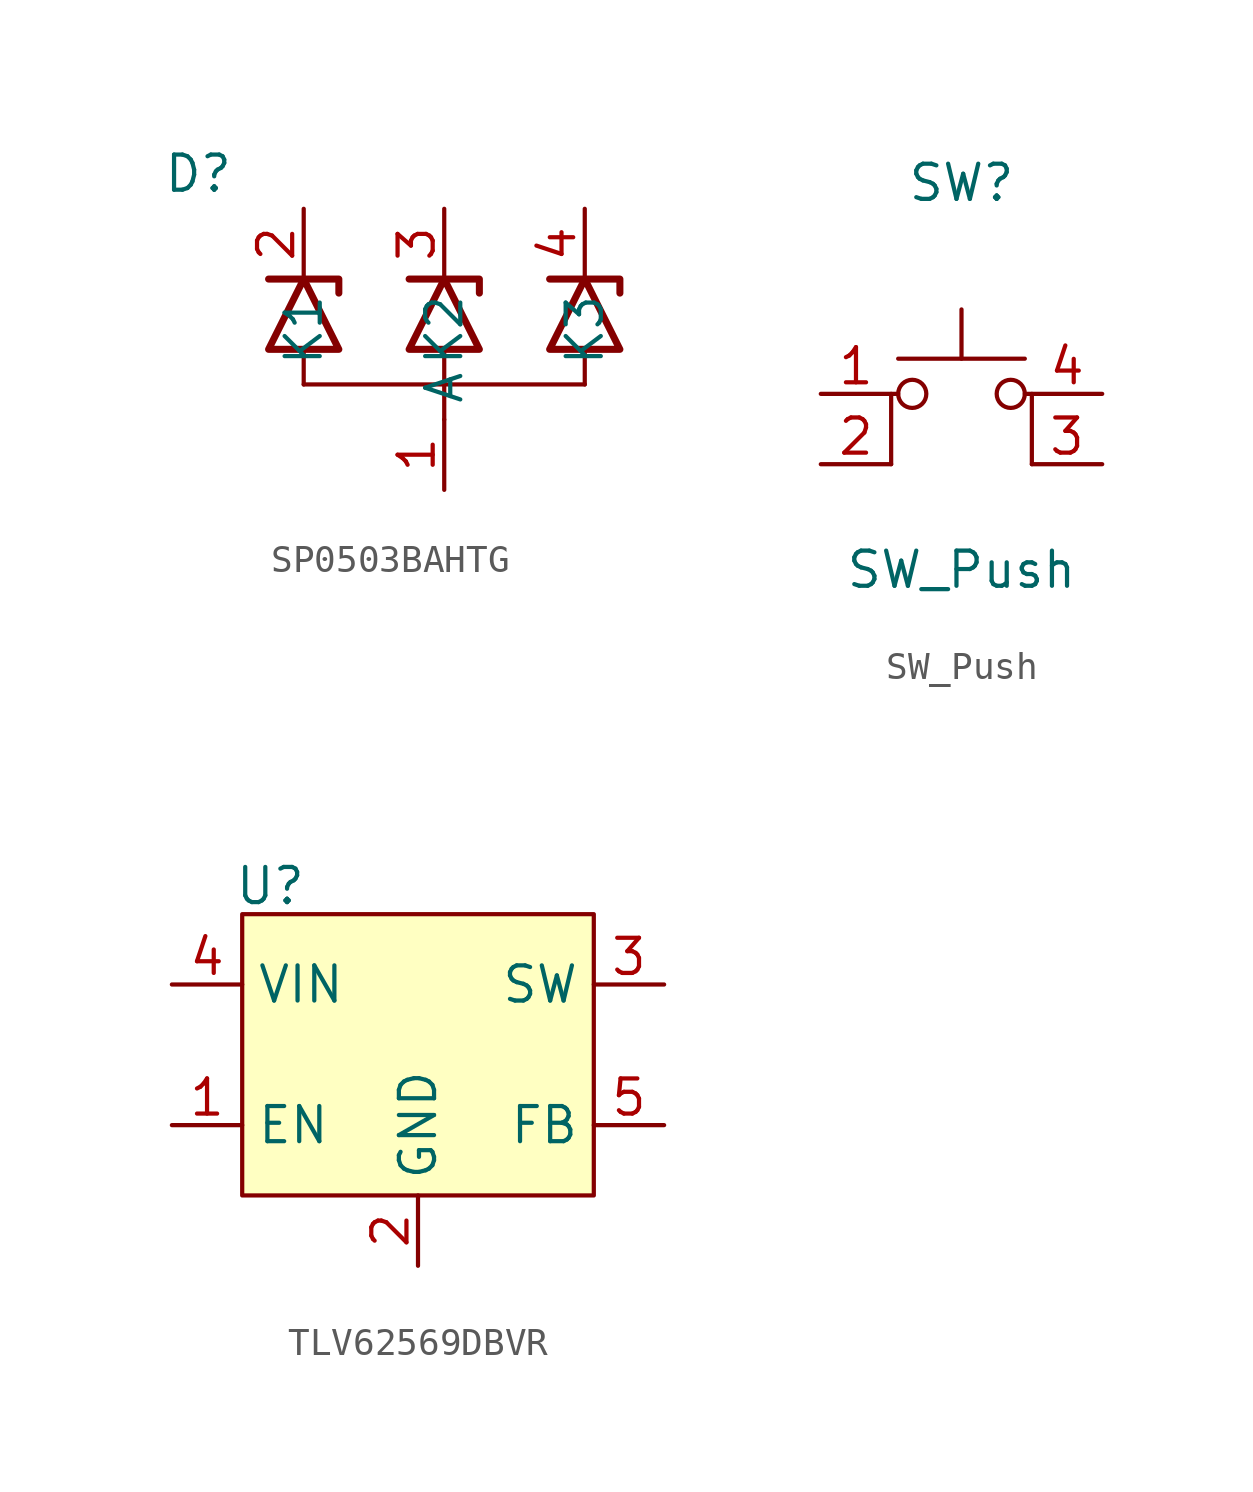
<source format=kicad_sym>
(kicad_symbol_lib
  (version 20241209)
  (generator "kicad_symbol_editor")
  (generator_version "9.0")
  (symbol "SP0503BAHTG"
    (property "Reference" "D"
      (at 1.27 1.27 0)
      (effects (font (size 1.27 1.27))))
    (property "Value" ""
      (at 0 0 0)
      (effects (font (size 1.27 1.27))))
    (symbol "SP0503BAHTG_0_1"
      (polyline (pts (xy 3.81 -2.54) (xy 6.35 -2.54) (xy 6.35 -3.048)) (stroke (width 0.254) (type default)) (fill (type none)))
      (polyline (pts (xy 5.08 -5.08) (xy 5.08 -6.35)) (stroke (width 0.152) (type default)) (fill (type none)))
      (polyline (pts (xy 5.08 -6.35) (xy 15.24 -6.35)) (stroke (width 0) (type default)) (fill (type none)))
      (polyline (pts (xy 6.35 -5.08) (xy 3.81 -5.08) (xy 5.08 -2.54) (xy 6.35 -5.08)) (stroke (width 0.254) (type default)) (fill (type none)))
      (polyline (pts (xy 10.16 -7.62) (xy 10.16 -6.35)) (stroke (width 0) (type default)) (fill (type none))))
    (symbol "SP0503BAHTG_1_1"
      (polyline (pts (xy 8.89 -2.54) (xy 11.43 -2.54) (xy 11.43 -3.048)) (stroke (width 0.254) (type default)) (fill (type none)))
      (polyline (pts (xy 10.16 -5.08) (xy 10.16 -6.35)) (stroke (width 0.152) (type default)) (fill (type none)))
      (polyline (pts (xy 11.43 -5.08) (xy 8.89 -5.08) (xy 10.16 -2.54) (xy 11.43 -5.08)) (stroke (width 0.254) (type default)) (fill (type none)))
      (polyline (pts (xy 13.97 -2.54) (xy 16.51 -2.54) (xy 16.51 -3.048)) (stroke (width 0.254) (type default)) (fill (type none)))
      (polyline (pts (xy 15.24 -5.08) (xy 15.24 -6.35)) (stroke (width 0.152) (type default)) (fill (type none)))
      (polyline (pts (xy 16.51 -5.08) (xy 13.97 -5.08) (xy 15.24 -2.54) (xy 16.51 -5.08)) (stroke (width 0.254) (type default)) (fill (type none)))
      (pin passive line (at 5.08 0 270) (length 2.54) (name "K1" (effects (font (size 1.27 1.27)))) (number "2" (effects (font (size 1.27 1.27)))))
      (pin passive line (at 10.16 0 270) (length 2.54) (name "K2" (effects (font (size 1.27 1.27)))) (number "3" (effects (font (size 1.27 1.27)))))
      (pin passive line (at 10.16 -10.16 90) (length 2.54) (name "A" (effects (font (size 1.27 1.27)))) (number "1" (effects (font (size 1.27 1.27)))))
      (pin passive line (at 15.24 0 270) (length 2.54) (name "K3" (effects (font (size 1.27 1.27)))) (number "4" (effects (font (size 1.27 1.27)))))))
  (symbol "SW_Push"
    (pin_names
      (offset 1.016)
      (hide yes))
    (property "Reference" "SW"
      (at 0 7.62 0)
      (effects (font (size 1.27 1.27))))
    (property "Value" "SW_Push"
      (at 0 -6.35 0)
      (effects (font (size 1.27 1.27))))
    (symbol "SW_Push_0_1"
      (polyline (pts (xy -2.54 -2.54) (xy -2.54 0) (xy -2.286 0)) (stroke (width 0) (type default)) (fill (type none)))
      (polyline (pts (xy -2.286 1.27) (xy 2.286 1.27)) (stroke (width 0) (type default)) (fill (type none)))
      (circle (center -1.778 0) (radius 0.508) (stroke (width 0) (type default)) (fill (type none)))
      (polyline (pts (xy 0 1.27) (xy 0 3.048)) (stroke (width 0) (type default)) (fill (type none)))
      (circle (center 1.778 0) (radius 0.508) (stroke (width 0) (type default)) (fill (type none)))
      (polyline (pts (xy 2.54 -2.54) (xy 2.54 0) (xy 2.286 0)) (stroke (width 0) (type default)) (fill (type none)))
      (pin passive line (at -5.08 0 0) (length 2.54) (name "1" (effects (font (size 1.27 1.27)))) (number "1" (effects (font (size 1.27 1.27)))))
      (pin passive line (at -5.08 -2.54 0) (length 2.54) (name "2" (effects (font (size 1.27 1.27)))) (number "2" (effects (font (size 1.27 1.27)))))
      (pin passive line (at 5.08 0 180) (length 2.54) (name "A" (effects (font (size 1.27 1.27)))) (number "4" (effects (font (size 1.27 1.27)))))
      (pin passive line (at 5.08 -2.54 180) (length 2.54) (name "K" (effects (font (size 1.27 1.27)))) (number "3" (effects (font (size 1.27 1.27)))))))
  (symbol "TLV62569DBVR"
    (property "Reference" "U"
      (at 1.016 1.016 0)
      (effects (font (size 1.27 1.27))))
    (property "Value" ""
      (at 0 0 0)
      (effects (font (size 1.27 1.27))))
    (symbol "TLV62569DBVR_1_1"
      (rectangle (start 0 0) (end 12.7 -10.16) (stroke (width 0) (type solid)) (fill (type color) (color 255 255 194 1)))
      (pin power_in line (at -2.54 -2.54 0) (length 2.54) (name "VIN" (effects (font (size 1.27 1.27)))) (number "4" (effects (font (size 1.27 1.27)))))
      (pin input line (at -2.54 -7.62 0) (length 2.54) (name "EN" (effects (font (size 1.27 1.27)))) (number "1" (effects (font (size 1.27 1.27)))))
      (pin power_in line (at 6.35 -12.7 90) (length 2.54) (name "GND" (effects (font (size 1.27 1.27)))) (number "2" (effects (font (size 1.27 1.27)))))
      (pin passive line (at 15.24 -2.54 180) (length 2.54) (name "SW" (effects (font (size 1.27 1.27)))) (number "3" (effects (font (size 1.27 1.27)))))
      (pin input line (at 15.24 -7.62 180) (length 2.54) (name "FB" (effects (font (size 1.27 1.27)))) (number "5" (effects (font (size 1.27 1.27))))))))
</source>
